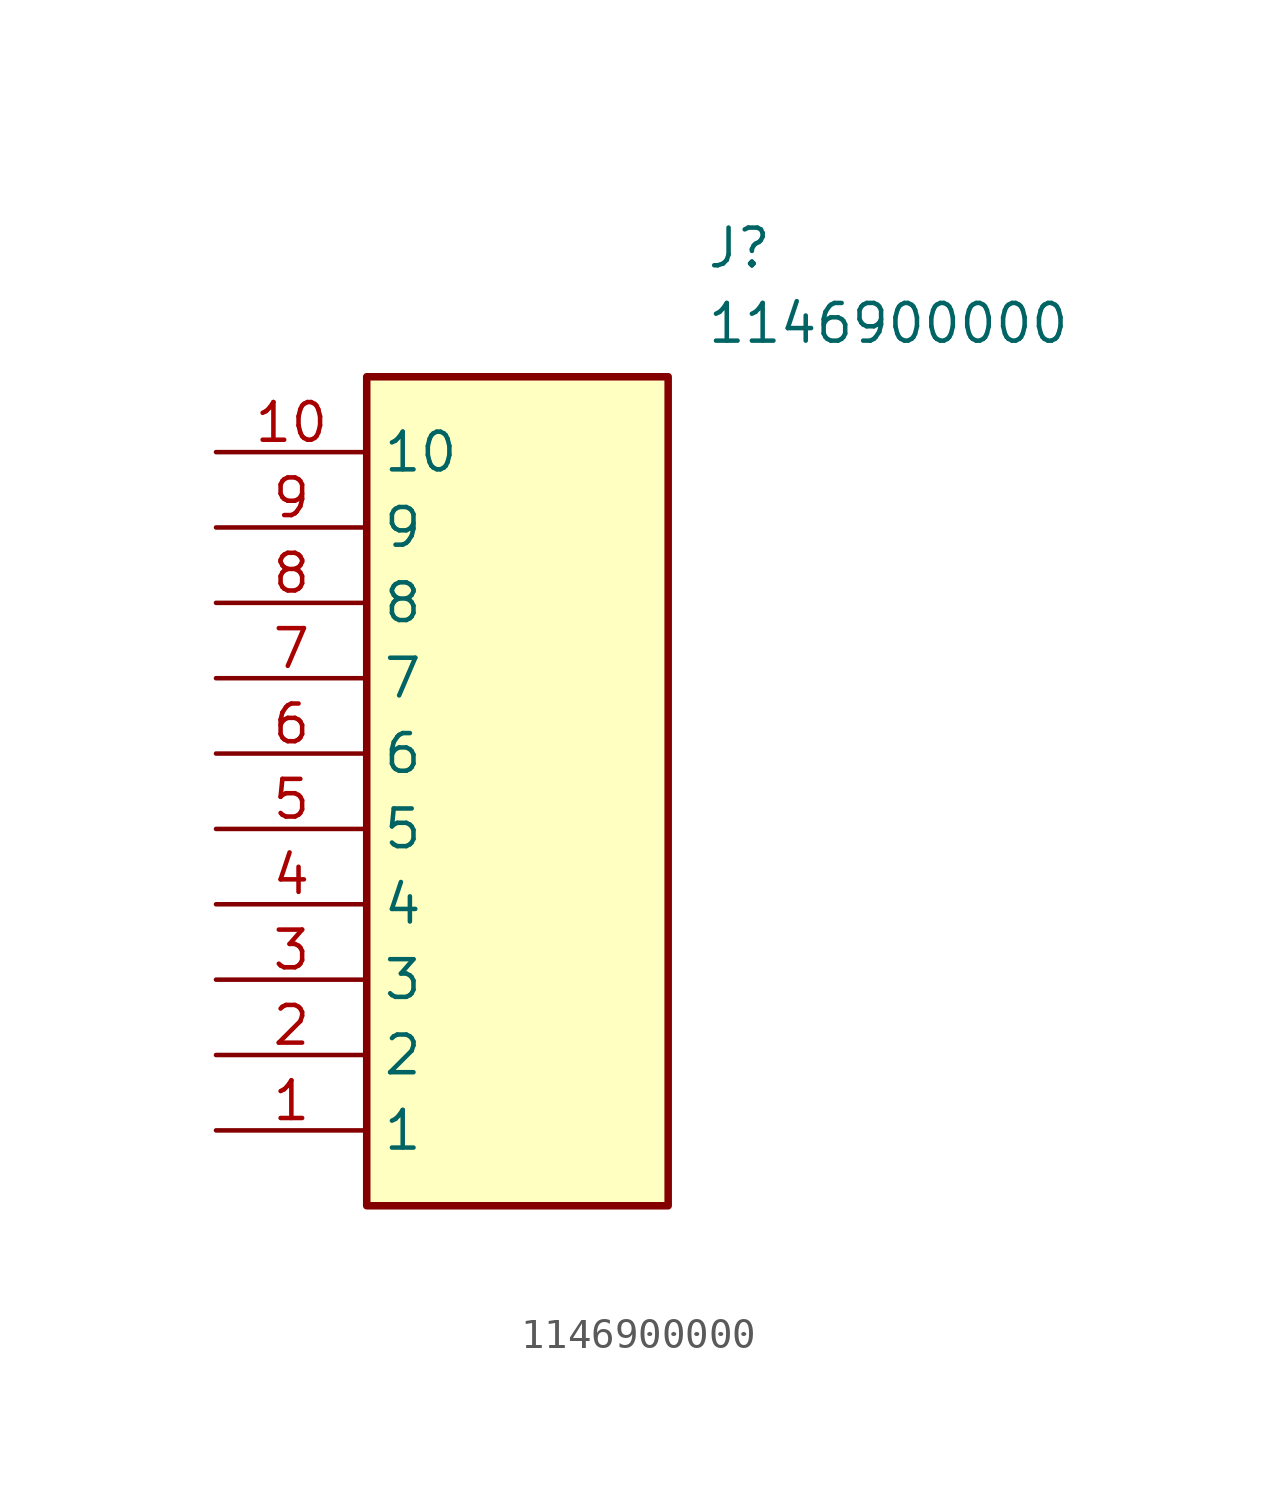
<source format=kicad_sym>
(kicad_symbol_lib
  (version 20211014)
  (generator SamacSys_ECAD_Model)
  (symbol "1146900000"
    (property "Reference" "J"
      (at 16.51 7.62 0)
      (effects (font (size 1.27 1.27)) (justify left top)))
    (property "Value" "1146900000"
      (at 16.51 5.08 0)
      (effects (font (size 1.27 1.27)) (justify left top)))
    (rectangle
      (start 5.08 2.54)
      (end 15.24 -25.4)
      (stroke (width 0.254) (type default))
      (fill (type background)))
    (pin passive line
      (at 0 -22.86 0)
      (length 5.08)
      (name "1" (effects (font (size 1.27 1.27))))
      (number "1" (effects (font (size 1.27 1.27)))))
    (pin passive line
      (at 0 -20.32 0)
      (length 5.08)
      (name "2" (effects (font (size 1.27 1.27))))
      (number "2" (effects (font (size 1.27 1.27)))))
    (pin passive line
      (at 0 -17.78 0)
      (length 5.08)
      (name "3" (effects (font (size 1.27 1.27))))
      (number "3" (effects (font (size 1.27 1.27)))))
    (pin passive line
      (at 0 -15.24 0)
      (length 5.08)
      (name "4" (effects (font (size 1.27 1.27))))
      (number "4" (effects (font (size 1.27 1.27)))))
    (pin passive line
      (at 0 -12.7 0)
      (length 5.08)
      (name "5" (effects (font (size 1.27 1.27))))
      (number "5" (effects (font (size 1.27 1.27)))))
    (pin passive line
      (at 0 -10.16 0)
      (length 5.08)
      (name "6" (effects (font (size 1.27 1.27))))
      (number "6" (effects (font (size 1.27 1.27)))))
    (pin passive line
      (at 0 -7.62 0)
      (length 5.08)
      (name "7" (effects (font (size 1.27 1.27))))
      (number "7" (effects (font (size 1.27 1.27)))))
    (pin passive line
      (at 0 -5.08 0)
      (length 5.08)
      (name "8" (effects (font (size 1.27 1.27))))
      (number "8" (effects (font (size 1.27 1.27)))))
    (pin passive line
      (at 0 -2.54 0)
      (length 5.08)
      (name "9" (effects (font (size 1.27 1.27))))
      (number "9" (effects (font (size 1.27 1.27)))))
    (pin passive line
      (at 0 0 0)
      (length 5.08)
      (name "10" (effects (font (size 1.27 1.27))))
      (number "10" (effects (font (size 1.27 1.27)))))))
</source>
